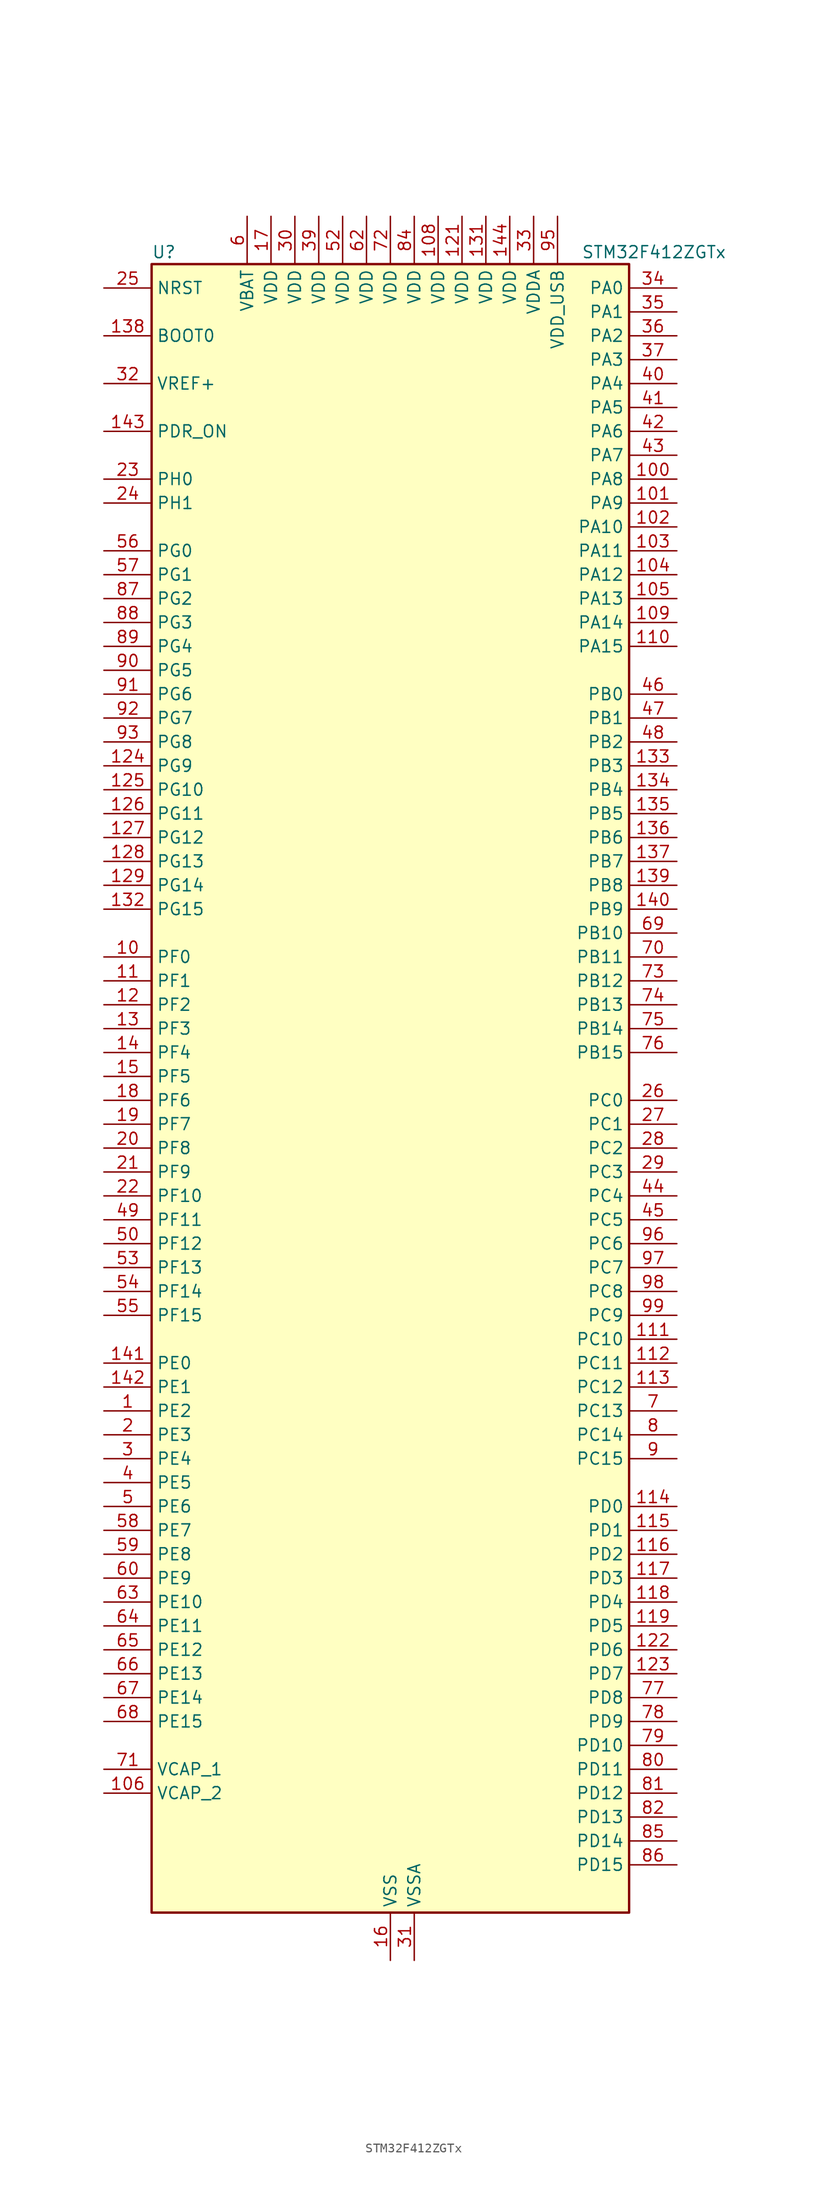
<source format=kicad_sym>
(kicad_symbol_lib
  (version 20231120)
  (generator "kicad_symbol_editor")
  (generator_version "8.0")
  (symbol "STM32F412ZGTx"
    (property "Reference" "U"
      (at -25.4 90.17 0)
      (effects (font (size 1.27 1.27)) (justify left)))
    (property "Value" "STM32F412ZGTx"
      (at 20.32 90.17 0)
      (effects (font (size 1.27 1.27)) (justify left)))
    (property "ki_locked" ""
      (at 0 0 0)
      (effects (font (size 1.27 1.27))))
    (symbol "STM32F412ZGTx_0_1"
      (rectangle (start -25.4 -86.36) (end 25.4 88.9) (stroke (width 0.254) (type default)) (fill (type background))))
    (symbol "STM32F412ZGTx_1_1"
      (pin bidirectional line (at -30.48 -33.02 0) (length 5.08) (name "PE2" (effects (font (size 1.27 1.27)))) (number "1" (effects (font (size 1.27 1.27)))) (alternate "FSMC_A23" bidirectional line) (alternate "I2S4_CK" bidirectional line) (alternate "I2S5_CK" bidirectional line) (alternate "QUADSPI_BK1_IO2" bidirectional line) (alternate "SPI4_SCK" bidirectional line) (alternate "SPI5_SCK" bidirectional line) (alternate "SYS_TRACECLK" bidirectional line))
      (pin bidirectional line (at -30.48 15.24 0) (length 5.08) (name "PF0" (effects (font (size 1.27 1.27)))) (number "10" (effects (font (size 1.27 1.27)))) (alternate "FSMC_A0" bidirectional line) (alternate "I2C2_SDA" bidirectional line))
      (pin bidirectional line (at 30.48 66.04 180) (length 5.08) (name "PA8" (effects (font (size 1.27 1.27)))) (number "100" (effects (font (size 1.27 1.27)))) (alternate "I2C3_SCL" bidirectional line) (alternate "RCC_MCO_1" bidirectional line) (alternate "SDIO_D1" bidirectional line) (alternate "TIM1_CH1" bidirectional line) (alternate "USART1_CK" bidirectional line) (alternate "USB_OTG_FS_SOF" bidirectional line))
      (pin bidirectional line (at 30.48 63.5 180) (length 5.08) (name "PA9" (effects (font (size 1.27 1.27)))) (number "101" (effects (font (size 1.27 1.27)))) (alternate "I2C3_SMBA" bidirectional line) (alternate "SDIO_D2" bidirectional line) (alternate "TIM1_CH2" bidirectional line) (alternate "USART1_TX" bidirectional line) (alternate "USB_OTG_FS_VBUS" bidirectional line))
      (pin bidirectional line (at 30.48 60.96 180) (length 5.08) (name "PA10" (effects (font (size 1.27 1.27)))) (number "102" (effects (font (size 1.27 1.27)))) (alternate "I2S5_SD" bidirectional line) (alternate "SPI5_MOSI" bidirectional line) (alternate "TIM1_CH3" bidirectional line) (alternate "USART1_RX" bidirectional line) (alternate "USB_OTG_FS_ID" bidirectional line))
      (pin bidirectional line (at 30.48 58.42 180) (length 5.08) (name "PA11" (effects (font (size 1.27 1.27)))) (number "103" (effects (font (size 1.27 1.27)))) (alternate "ADC1_EXTI11" bidirectional line) (alternate "CAN1_RX" bidirectional line) (alternate "SPI4_MISO" bidirectional line) (alternate "TIM1_CH4" bidirectional line) (alternate "USART1_CTS" bidirectional line) (alternate "USART6_TX" bidirectional line) (alternate "USB_OTG_FS_DM" bidirectional line))
      (pin bidirectional line (at 30.48 55.88 180) (length 5.08) (name "PA12" (effects (font (size 1.27 1.27)))) (number "104" (effects (font (size 1.27 1.27)))) (alternate "CAN1_TX" bidirectional line) (alternate "SPI5_MISO" bidirectional line) (alternate "TIM1_ETR" bidirectional line) (alternate "USART1_RTS" bidirectional line) (alternate "USART6_RX" bidirectional line) (alternate "USB_OTG_FS_DP" bidirectional line))
      (pin bidirectional line (at 30.48 53.34 180) (length 5.08) (name "PA13" (effects (font (size 1.27 1.27)))) (number "105" (effects (font (size 1.27 1.27)))) (alternate "SYS_JTMS-SWDIO" bidirectional line))
      (pin power_out line (at -30.48 -73.66 0) (length 5.08) (name "VCAP_2" (effects (font (size 1.27 1.27)))) (number "106" (effects (font (size 1.27 1.27)))))
      (pin passive line (at 0 -91.44 90) (length 5.08) hide (name "VSS" (effects (font (size 1.27 1.27)))) (number "107" (effects (font (size 1.27 1.27)))))
      (pin power_in line (at 5.08 93.98 270) (length 5.08) (name "VDD" (effects (font (size 1.27 1.27)))) (number "108" (effects (font (size 1.27 1.27)))))
      (pin bidirectional line (at 30.48 50.8 180) (length 5.08) (name "PA14" (effects (font (size 1.27 1.27)))) (number "109" (effects (font (size 1.27 1.27)))) (alternate "SYS_JTCK-SWCLK" bidirectional line))
      (pin bidirectional line (at -30.48 12.7 0) (length 5.08) (name "PF1" (effects (font (size 1.27 1.27)))) (number "11" (effects (font (size 1.27 1.27)))) (alternate "FSMC_A1" bidirectional line) (alternate "I2C2_SCL" bidirectional line))
      (pin bidirectional line (at 30.48 48.26 180) (length 5.08) (name "PA15" (effects (font (size 1.27 1.27)))) (number "110" (effects (font (size 1.27 1.27)))) (alternate "ADC1_EXTI15" bidirectional line) (alternate "I2S1_WS" bidirectional line) (alternate "I2S3_WS" bidirectional line) (alternate "SPI1_NSS" bidirectional line) (alternate "SPI3_NSS" bidirectional line) (alternate "SYS_JTDI" bidirectional line) (alternate "TIM2_CH1" bidirectional line) (alternate "TIM2_ETR" bidirectional line) (alternate "USART1_TX" bidirectional line))
      (pin bidirectional line (at 30.48 -25.4 180) (length 5.08) (name "PC10" (effects (font (size 1.27 1.27)))) (number "111" (effects (font (size 1.27 1.27)))) (alternate "I2S3_CK" bidirectional line) (alternate "QUADSPI_BK1_IO1" bidirectional line) (alternate "SDIO_D2" bidirectional line) (alternate "SPI3_SCK" bidirectional line) (alternate "USART3_TX" bidirectional line))
      (pin bidirectional line (at 30.48 -27.94 180) (length 5.08) (name "PC11" (effects (font (size 1.27 1.27)))) (number "112" (effects (font (size 1.27 1.27)))) (alternate "ADC1_EXTI11" bidirectional line) (alternate "FSMC_D2" bidirectional line) (alternate "FSMC_DA2" bidirectional line) (alternate "I2S3_ext_SD" bidirectional line) (alternate "QUADSPI_BK2_NCS" bidirectional line) (alternate "SDIO_D3" bidirectional line) (alternate "SPI3_MISO" bidirectional line) (alternate "USART3_RX" bidirectional line))
      (pin bidirectional line (at 30.48 -30.48 180) (length 5.08) (name "PC12" (effects (font (size 1.27 1.27)))) (number "113" (effects (font (size 1.27 1.27)))) (alternate "FSMC_D3" bidirectional line) (alternate "FSMC_DA3" bidirectional line) (alternate "I2S3_SD" bidirectional line) (alternate "SDIO_CK" bidirectional line) (alternate "SPI3_MOSI" bidirectional line) (alternate "USART3_CK" bidirectional line))
      (pin bidirectional line (at 30.48 -43.18 180) (length 5.08) (name "PD0" (effects (font (size 1.27 1.27)))) (number "114" (effects (font (size 1.27 1.27)))) (alternate "CAN1_RX" bidirectional line) (alternate "FSMC_D2" bidirectional line) (alternate "FSMC_DA2" bidirectional line))
      (pin bidirectional line (at 30.48 -45.72 180) (length 5.08) (name "PD1" (effects (font (size 1.27 1.27)))) (number "115" (effects (font (size 1.27 1.27)))) (alternate "CAN1_TX" bidirectional line) (alternate "FSMC_D3" bidirectional line) (alternate "FSMC_DA3" bidirectional line))
      (pin bidirectional line (at 30.48 -48.26 180) (length 5.08) (name "PD2" (effects (font (size 1.27 1.27)))) (number "116" (effects (font (size 1.27 1.27)))) (alternate "FSMC_NWE" bidirectional line) (alternate "SDIO_CMD" bidirectional line) (alternate "TIM3_ETR" bidirectional line))
      (pin bidirectional line (at 30.48 -50.8 180) (length 5.08) (name "PD3" (effects (font (size 1.27 1.27)))) (number "117" (effects (font (size 1.27 1.27)))) (alternate "DFSDM1_DATIN0" bidirectional line) (alternate "FSMC_CLK" bidirectional line) (alternate "I2S2_CK" bidirectional line) (alternate "QUADSPI_CLK" bidirectional line) (alternate "SPI2_SCK" bidirectional line) (alternate "SYS_TRACED1" bidirectional line) (alternate "USART2_CTS" bidirectional line))
      (pin bidirectional line (at 30.48 -53.34 180) (length 5.08) (name "PD4" (effects (font (size 1.27 1.27)))) (number "118" (effects (font (size 1.27 1.27)))) (alternate "DFSDM1_CKIN0" bidirectional line) (alternate "FSMC_NOE" bidirectional line) (alternate "USART2_RTS" bidirectional line))
      (pin bidirectional line (at 30.48 -55.88 180) (length 5.08) (name "PD5" (effects (font (size 1.27 1.27)))) (number "119" (effects (font (size 1.27 1.27)))) (alternate "FSMC_NWE" bidirectional line) (alternate "USART2_TX" bidirectional line))
      (pin bidirectional line (at -30.48 10.16 0) (length 5.08) (name "PF2" (effects (font (size 1.27 1.27)))) (number "12" (effects (font (size 1.27 1.27)))) (alternate "FSMC_A2" bidirectional line) (alternate "I2C2_SMBA" bidirectional line))
      (pin passive line (at 0 -91.44 90) (length 5.08) hide (name "VSS" (effects (font (size 1.27 1.27)))) (number "120" (effects (font (size 1.27 1.27)))))
      (pin power_in line (at 7.62 93.98 270) (length 5.08) (name "VDD" (effects (font (size 1.27 1.27)))) (number "121" (effects (font (size 1.27 1.27)))))
      (pin bidirectional line (at 30.48 -58.42 180) (length 5.08) (name "PD6" (effects (font (size 1.27 1.27)))) (number "122" (effects (font (size 1.27 1.27)))) (alternate "DFSDM1_DATIN1" bidirectional line) (alternate "FSMC_NWAIT" bidirectional line) (alternate "I2S3_SD" bidirectional line) (alternate "SPI3_MOSI" bidirectional line) (alternate "USART2_RX" bidirectional line))
      (pin bidirectional line (at 30.48 -60.96 180) (length 5.08) (name "PD7" (effects (font (size 1.27 1.27)))) (number "123" (effects (font (size 1.27 1.27)))) (alternate "DFSDM1_CKIN1" bidirectional line) (alternate "FSMC_NE1" bidirectional line) (alternate "USART2_CK" bidirectional line))
      (pin bidirectional line (at -30.48 35.56 0) (length 5.08) (name "PG9" (effects (font (size 1.27 1.27)))) (number "124" (effects (font (size 1.27 1.27)))) (alternate "FSMC_NE2" bidirectional line) (alternate "QUADSPI_BK2_IO2" bidirectional line) (alternate "USART6_RX" bidirectional line))
      (pin bidirectional line (at -30.48 33.02 0) (length 5.08) (name "PG10" (effects (font (size 1.27 1.27)))) (number "125" (effects (font (size 1.27 1.27)))) (alternate "FSMC_NE3" bidirectional line))
      (pin bidirectional line (at -30.48 30.48 0) (length 5.08) (name "PG11" (effects (font (size 1.27 1.27)))) (number "126" (effects (font (size 1.27 1.27)))) (alternate "ADC1_EXTI11" bidirectional line) (alternate "CAN2_RX" bidirectional line))
      (pin bidirectional line (at -30.48 27.94 0) (length 5.08) (name "PG12" (effects (font (size 1.27 1.27)))) (number "127" (effects (font (size 1.27 1.27)))) (alternate "CAN2_TX" bidirectional line) (alternate "FSMC_NE4" bidirectional line) (alternate "USART6_RTS" bidirectional line))
      (pin bidirectional line (at -30.48 25.4 0) (length 5.08) (name "PG13" (effects (font (size 1.27 1.27)))) (number "128" (effects (font (size 1.27 1.27)))) (alternate "FSMC_A24" bidirectional line) (alternate "SYS_TRACED2" bidirectional line) (alternate "USART6_CTS" bidirectional line))
      (pin bidirectional line (at -30.48 22.86 0) (length 5.08) (name "PG14" (effects (font (size 1.27 1.27)))) (number "129" (effects (font (size 1.27 1.27)))) (alternate "FSMC_A25" bidirectional line) (alternate "QUADSPI_BK2_IO3" bidirectional line) (alternate "SYS_TRACED3" bidirectional line) (alternate "USART6_TX" bidirectional line))
      (pin bidirectional line (at -30.48 7.62 0) (length 5.08) (name "PF3" (effects (font (size 1.27 1.27)))) (number "13" (effects (font (size 1.27 1.27)))) (alternate "FSMC_A3" bidirectional line) (alternate "TIM5_CH1" bidirectional line))
      (pin passive line (at 0 -91.44 90) (length 5.08) hide (name "VSS" (effects (font (size 1.27 1.27)))) (number "130" (effects (font (size 1.27 1.27)))))
      (pin power_in line (at 10.16 93.98 270) (length 5.08) (name "VDD" (effects (font (size 1.27 1.27)))) (number "131" (effects (font (size 1.27 1.27)))))
      (pin bidirectional line (at -30.48 20.32 0) (length 5.08) (name "PG15" (effects (font (size 1.27 1.27)))) (number "132" (effects (font (size 1.27 1.27)))) (alternate "ADC1_EXTI15" bidirectional line) (alternate "USART6_CTS" bidirectional line))
      (pin bidirectional line (at 30.48 35.56 180) (length 5.08) (name "PB3" (effects (font (size 1.27 1.27)))) (number "133" (effects (font (size 1.27 1.27)))) (alternate "FMPI2C1_SDA" bidirectional line) (alternate "I2C2_SDA" bidirectional line) (alternate "I2S1_CK" bidirectional line) (alternate "I2S3_CK" bidirectional line) (alternate "SPI1_SCK" bidirectional line) (alternate "SPI3_SCK" bidirectional line) (alternate "SYS_JTDO-SWO" bidirectional line) (alternate "TIM2_CH2" bidirectional line) (alternate "USART1_RX" bidirectional line))
      (pin bidirectional line (at 30.48 33.02 180) (length 5.08) (name "PB4" (effects (font (size 1.27 1.27)))) (number "134" (effects (font (size 1.27 1.27)))) (alternate "I2C3_SDA" bidirectional line) (alternate "I2S3_ext_SD" bidirectional line) (alternate "SDIO_D0" bidirectional line) (alternate "SPI1_MISO" bidirectional line) (alternate "SPI3_MISO" bidirectional line) (alternate "SYS_JTRST" bidirectional line) (alternate "TIM3_CH1" bidirectional line))
      (pin bidirectional line (at 30.48 30.48 180) (length 5.08) (name "PB5" (effects (font (size 1.27 1.27)))) (number "135" (effects (font (size 1.27 1.27)))) (alternate "CAN2_RX" bidirectional line) (alternate "I2C1_SMBA" bidirectional line) (alternate "I2S1_SD" bidirectional line) (alternate "I2S3_SD" bidirectional line) (alternate "SDIO_D3" bidirectional line) (alternate "SPI1_MOSI" bidirectional line) (alternate "SPI3_MOSI" bidirectional line) (alternate "TIM3_CH2" bidirectional line))
      (pin bidirectional line (at 30.48 27.94 180) (length 5.08) (name "PB6" (effects (font (size 1.27 1.27)))) (number "136" (effects (font (size 1.27 1.27)))) (alternate "CAN2_TX" bidirectional line) (alternate "I2C1_SCL" bidirectional line) (alternate "QUADSPI_BK1_NCS" bidirectional line) (alternate "SDIO_D0" bidirectional line) (alternate "TIM4_CH1" bidirectional line) (alternate "USART1_TX" bidirectional line))
      (pin bidirectional line (at 30.48 25.4 180) (length 5.08) (name "PB7" (effects (font (size 1.27 1.27)))) (number "137" (effects (font (size 1.27 1.27)))) (alternate "FSMC_NL" bidirectional line) (alternate "I2C1_SDA" bidirectional line) (alternate "TIM4_CH2" bidirectional line) (alternate "USART1_RX" bidirectional line))
      (pin input line (at -30.48 81.28 0) (length 5.08) (name "BOOT0" (effects (font (size 1.27 1.27)))) (number "138" (effects (font (size 1.27 1.27)))))
      (pin bidirectional line (at 30.48 22.86 180) (length 5.08) (name "PB8" (effects (font (size 1.27 1.27)))) (number "139" (effects (font (size 1.27 1.27)))) (alternate "CAN1_RX" bidirectional line) (alternate "I2C1_SCL" bidirectional line) (alternate "I2C3_SDA" bidirectional line) (alternate "I2S5_SD" bidirectional line) (alternate "SDIO_D4" bidirectional line) (alternate "SPI5_MOSI" bidirectional line) (alternate "TIM10_CH1" bidirectional line) (alternate "TIM4_CH3" bidirectional line))
      (pin bidirectional line (at -30.48 5.08 0) (length 5.08) (name "PF4" (effects (font (size 1.27 1.27)))) (number "14" (effects (font (size 1.27 1.27)))) (alternate "FSMC_A4" bidirectional line) (alternate "TIM5_CH2" bidirectional line))
      (pin bidirectional line (at 30.48 20.32 180) (length 5.08) (name "PB9" (effects (font (size 1.27 1.27)))) (number "140" (effects (font (size 1.27 1.27)))) (alternate "CAN1_TX" bidirectional line) (alternate "I2C1_SDA" bidirectional line) (alternate "I2C2_SDA" bidirectional line) (alternate "I2S2_WS" bidirectional line) (alternate "SDIO_D5" bidirectional line) (alternate "SPI2_NSS" bidirectional line) (alternate "TIM11_CH1" bidirectional line) (alternate "TIM4_CH4" bidirectional line))
      (pin bidirectional line (at -30.48 -27.94 0) (length 5.08) (name "PE0" (effects (font (size 1.27 1.27)))) (number "141" (effects (font (size 1.27 1.27)))) (alternate "FSMC_NBL0" bidirectional line) (alternate "TIM4_ETR" bidirectional line))
      (pin bidirectional line (at -30.48 -30.48 0) (length 5.08) (name "PE1" (effects (font (size 1.27 1.27)))) (number "142" (effects (font (size 1.27 1.27)))) (alternate "FSMC_NBL1" bidirectional line))
      (pin input line (at -30.48 71.12 0) (length 5.08) (name "PDR_ON" (effects (font (size 1.27 1.27)))) (number "143" (effects (font (size 1.27 1.27)))))
      (pin power_in line (at 12.7 93.98 270) (length 5.08) (name "VDD" (effects (font (size 1.27 1.27)))) (number "144" (effects (font (size 1.27 1.27)))))
      (pin bidirectional line (at -30.48 2.54 0) (length 5.08) (name "PF5" (effects (font (size 1.27 1.27)))) (number "15" (effects (font (size 1.27 1.27)))) (alternate "FSMC_A5" bidirectional line) (alternate "TIM5_CH3" bidirectional line))
      (pin power_in line (at 0 -91.44 90) (length 5.08) (name "VSS" (effects (font (size 1.27 1.27)))) (number "16" (effects (font (size 1.27 1.27)))))
      (pin power_in line (at -12.7 93.98 270) (length 5.08) (name "VDD" (effects (font (size 1.27 1.27)))) (number "17" (effects (font (size 1.27 1.27)))))
      (pin bidirectional line (at -30.48 0 0) (length 5.08) (name "PF6" (effects (font (size 1.27 1.27)))) (number "18" (effects (font (size 1.27 1.27)))) (alternate "QUADSPI_BK1_IO3" bidirectional line) (alternate "SYS_TRACED0" bidirectional line) (alternate "TIM10_CH1" bidirectional line))
      (pin bidirectional line (at -30.48 -2.54 0) (length 5.08) (name "PF7" (effects (font (size 1.27 1.27)))) (number "19" (effects (font (size 1.27 1.27)))) (alternate "QUADSPI_BK1_IO2" bidirectional line) (alternate "SYS_TRACED1" bidirectional line) (alternate "TIM11_CH1" bidirectional line))
      (pin bidirectional line (at -30.48 -35.56 0) (length 5.08) (name "PE3" (effects (font (size 1.27 1.27)))) (number "2" (effects (font (size 1.27 1.27)))) (alternate "FSMC_A19" bidirectional line) (alternate "SYS_TRACED0" bidirectional line))
      (pin bidirectional line (at -30.48 -5.08 0) (length 5.08) (name "PF8" (effects (font (size 1.27 1.27)))) (number "20" (effects (font (size 1.27 1.27)))) (alternate "QUADSPI_BK1_IO0" bidirectional line) (alternate "TIM13_CH1" bidirectional line))
      (pin bidirectional line (at -30.48 -7.62 0) (length 5.08) (name "PF9" (effects (font (size 1.27 1.27)))) (number "21" (effects (font (size 1.27 1.27)))) (alternate "QUADSPI_BK1_IO1" bidirectional line) (alternate "TIM14_CH1" bidirectional line))
      (pin bidirectional line (at -30.48 -10.16 0) (length 5.08) (name "PF10" (effects (font (size 1.27 1.27)))) (number "22" (effects (font (size 1.27 1.27)))) (alternate "TIM1_ETR" bidirectional line) (alternate "TIM5_CH4" bidirectional line))
      (pin bidirectional line (at -30.48 66.04 0) (length 5.08) (name "PH0" (effects (font (size 1.27 1.27)))) (number "23" (effects (font (size 1.27 1.27)))) (alternate "RCC_OSC_IN" bidirectional line))
      (pin bidirectional line (at -30.48 63.5 0) (length 5.08) (name "PH1" (effects (font (size 1.27 1.27)))) (number "24" (effects (font (size 1.27 1.27)))) (alternate "RCC_OSC_OUT" bidirectional line))
      (pin input line (at -30.48 86.36 0) (length 5.08) (name "NRST" (effects (font (size 1.27 1.27)))) (number "25" (effects (font (size 1.27 1.27)))))
      (pin bidirectional line (at 30.48 0 180) (length 5.08) (name "PC0" (effects (font (size 1.27 1.27)))) (number "26" (effects (font (size 1.27 1.27)))) (alternate "ADC1_IN10" bidirectional line) (alternate "SYS_WKUP2" bidirectional line))
      (pin bidirectional line (at 30.48 -2.54 180) (length 5.08) (name "PC1" (effects (font (size 1.27 1.27)))) (number "27" (effects (font (size 1.27 1.27)))) (alternate "ADC1_IN11" bidirectional line) (alternate "SYS_WKUP3" bidirectional line))
      (pin bidirectional line (at 30.48 -5.08 180) (length 5.08) (name "PC2" (effects (font (size 1.27 1.27)))) (number "28" (effects (font (size 1.27 1.27)))) (alternate "ADC1_IN12" bidirectional line) (alternate "DFSDM1_CKOUT" bidirectional line) (alternate "FSMC_NWE" bidirectional line) (alternate "I2S2_ext_SD" bidirectional line) (alternate "SPI2_MISO" bidirectional line))
      (pin bidirectional line (at 30.48 -7.62 180) (length 5.08) (name "PC3" (effects (font (size 1.27 1.27)))) (number "29" (effects (font (size 1.27 1.27)))) (alternate "ADC1_IN13" bidirectional line) (alternate "FSMC_A0" bidirectional line) (alternate "I2S2_SD" bidirectional line) (alternate "SPI2_MOSI" bidirectional line))
      (pin bidirectional line (at -30.48 -38.1 0) (length 5.08) (name "PE4" (effects (font (size 1.27 1.27)))) (number "3" (effects (font (size 1.27 1.27)))) (alternate "DFSDM1_DATIN3" bidirectional line) (alternate "FSMC_A20" bidirectional line) (alternate "I2S4_WS" bidirectional line) (alternate "I2S5_WS" bidirectional line) (alternate "SPI4_NSS" bidirectional line) (alternate "SPI5_NSS" bidirectional line) (alternate "SYS_TRACED1" bidirectional line))
      (pin power_in line (at -10.16 93.98 270) (length 5.08) (name "VDD" (effects (font (size 1.27 1.27)))) (number "30" (effects (font (size 1.27 1.27)))))
      (pin power_in line (at 2.54 -91.44 90) (length 5.08) (name "VSSA" (effects (font (size 1.27 1.27)))) (number "31" (effects (font (size 1.27 1.27)))))
      (pin input line (at -30.48 76.2 0) (length 5.08) (name "VREF+" (effects (font (size 1.27 1.27)))) (number "32" (effects (font (size 1.27 1.27)))))
      (pin power_in line (at 15.24 93.98 270) (length 5.08) (name "VDDA" (effects (font (size 1.27 1.27)))) (number "33" (effects (font (size 1.27 1.27)))))
      (pin bidirectional line (at 30.48 86.36 180) (length 5.08) (name "PA0" (effects (font (size 1.27 1.27)))) (number "34" (effects (font (size 1.27 1.27)))) (alternate "ADC1_IN0" bidirectional line) (alternate "SYS_WKUP1" bidirectional line) (alternate "TIM2_CH1" bidirectional line) (alternate "TIM2_ETR" bidirectional line) (alternate "TIM5_CH1" bidirectional line) (alternate "TIM8_ETR" bidirectional line) (alternate "USART2_CTS" bidirectional line))
      (pin bidirectional line (at 30.48 83.82 180) (length 5.08) (name "PA1" (effects (font (size 1.27 1.27)))) (number "35" (effects (font (size 1.27 1.27)))) (alternate "ADC1_IN1" bidirectional line) (alternate "I2S4_SD" bidirectional line) (alternate "QUADSPI_BK1_IO3" bidirectional line) (alternate "SPI4_MOSI" bidirectional line) (alternate "TIM2_CH2" bidirectional line) (alternate "TIM5_CH2" bidirectional line) (alternate "USART2_RTS" bidirectional line))
      (pin bidirectional line (at 30.48 81.28 180) (length 5.08) (name "PA2" (effects (font (size 1.27 1.27)))) (number "36" (effects (font (size 1.27 1.27)))) (alternate "ADC1_IN2" bidirectional line) (alternate "FSMC_D4" bidirectional line) (alternate "FSMC_DA4" bidirectional line) (alternate "I2S_CKIN" bidirectional line) (alternate "TIM2_CH3" bidirectional line) (alternate "TIM5_CH3" bidirectional line) (alternate "TIM9_CH1" bidirectional line) (alternate "USART2_TX" bidirectional line))
      (pin bidirectional line (at 30.48 78.74 180) (length 5.08) (name "PA3" (effects (font (size 1.27 1.27)))) (number "37" (effects (font (size 1.27 1.27)))) (alternate "ADC1_IN3" bidirectional line) (alternate "FSMC_D5" bidirectional line) (alternate "FSMC_DA5" bidirectional line) (alternate "I2S2_MCK" bidirectional line) (alternate "TIM2_CH4" bidirectional line) (alternate "TIM5_CH4" bidirectional line) (alternate "TIM9_CH2" bidirectional line) (alternate "USART2_RX" bidirectional line))
      (pin passive line (at 0 -91.44 90) (length 5.08) hide (name "VSS" (effects (font (size 1.27 1.27)))) (number "38" (effects (font (size 1.27 1.27)))))
      (pin power_in line (at -7.62 93.98 270) (length 5.08) (name "VDD" (effects (font (size 1.27 1.27)))) (number "39" (effects (font (size 1.27 1.27)))))
      (pin bidirectional line (at -30.48 -40.64 0) (length 5.08) (name "PE5" (effects (font (size 1.27 1.27)))) (number "4" (effects (font (size 1.27 1.27)))) (alternate "DFSDM1_CKIN3" bidirectional line) (alternate "FSMC_A21" bidirectional line) (alternate "SPI4_MISO" bidirectional line) (alternate "SPI5_MISO" bidirectional line) (alternate "SYS_TRACED2" bidirectional line) (alternate "TIM9_CH1" bidirectional line))
      (pin bidirectional line (at 30.48 76.2 180) (length 5.08) (name "PA4" (effects (font (size 1.27 1.27)))) (number "40" (effects (font (size 1.27 1.27)))) (alternate "ADC1_IN4" bidirectional line) (alternate "DFSDM1_DATIN1" bidirectional line) (alternate "FSMC_D6" bidirectional line) (alternate "FSMC_DA6" bidirectional line) (alternate "I2S1_WS" bidirectional line) (alternate "I2S3_WS" bidirectional line) (alternate "SPI1_NSS" bidirectional line) (alternate "SPI3_NSS" bidirectional line) (alternate "USART2_CK" bidirectional line))
      (pin bidirectional line (at 30.48 73.66 180) (length 5.08) (name "PA5" (effects (font (size 1.27 1.27)))) (number "41" (effects (font (size 1.27 1.27)))) (alternate "ADC1_IN5" bidirectional line) (alternate "DFSDM1_CKIN1" bidirectional line) (alternate "FSMC_D7" bidirectional line) (alternate "FSMC_DA7" bidirectional line) (alternate "I2S1_CK" bidirectional line) (alternate "SPI1_SCK" bidirectional line) (alternate "TIM2_CH1" bidirectional line) (alternate "TIM2_ETR" bidirectional line) (alternate "TIM8_CH1N" bidirectional line))
      (pin bidirectional line (at 30.48 71.12 180) (length 5.08) (name "PA6" (effects (font (size 1.27 1.27)))) (number "42" (effects (font (size 1.27 1.27)))) (alternate "ADC1_IN6" bidirectional line) (alternate "I2S2_MCK" bidirectional line) (alternate "QUADSPI_BK2_IO0" bidirectional line) (alternate "SDIO_CMD" bidirectional line) (alternate "SPI1_MISO" bidirectional line) (alternate "TIM13_CH1" bidirectional line) (alternate "TIM1_BKIN" bidirectional line) (alternate "TIM3_CH1" bidirectional line) (alternate "TIM8_BKIN" bidirectional line))
      (pin bidirectional line (at 30.48 68.58 180) (length 5.08) (name "PA7" (effects (font (size 1.27 1.27)))) (number "43" (effects (font (size 1.27 1.27)))) (alternate "ADC1_IN7" bidirectional line) (alternate "I2S1_SD" bidirectional line) (alternate "QUADSPI_BK2_IO1" bidirectional line) (alternate "SPI1_MOSI" bidirectional line) (alternate "TIM14_CH1" bidirectional line) (alternate "TIM1_CH1N" bidirectional line) (alternate "TIM3_CH2" bidirectional line) (alternate "TIM8_CH1N" bidirectional line))
      (pin bidirectional line (at 30.48 -10.16 180) (length 5.08) (name "PC4" (effects (font (size 1.27 1.27)))) (number "44" (effects (font (size 1.27 1.27)))) (alternate "ADC1_IN14" bidirectional line) (alternate "FSMC_NE4" bidirectional line) (alternate "I2S1_MCK" bidirectional line) (alternate "QUADSPI_BK2_IO2" bidirectional line))
      (pin bidirectional line (at 30.48 -12.7 180) (length 5.08) (name "PC5" (effects (font (size 1.27 1.27)))) (number "45" (effects (font (size 1.27 1.27)))) (alternate "ADC1_IN15" bidirectional line) (alternate "FMPI2C1_SMBA" bidirectional line) (alternate "FSMC_NOE" bidirectional line) (alternate "QUADSPI_BK2_IO3" bidirectional line) (alternate "USART3_RX" bidirectional line))
      (pin bidirectional line (at 30.48 43.18 180) (length 5.08) (name "PB0" (effects (font (size 1.27 1.27)))) (number "46" (effects (font (size 1.27 1.27)))) (alternate "ADC1_IN8" bidirectional line) (alternate "I2S5_CK" bidirectional line) (alternate "SPI5_SCK" bidirectional line) (alternate "TIM1_CH2N" bidirectional line) (alternate "TIM3_CH3" bidirectional line) (alternate "TIM8_CH2N" bidirectional line))
      (pin bidirectional line (at 30.48 40.64 180) (length 5.08) (name "PB1" (effects (font (size 1.27 1.27)))) (number "47" (effects (font (size 1.27 1.27)))) (alternate "ADC1_IN9" bidirectional line) (alternate "DFSDM1_DATIN0" bidirectional line) (alternate "I2S5_WS" bidirectional line) (alternate "QUADSPI_CLK" bidirectional line) (alternate "SPI5_NSS" bidirectional line) (alternate "TIM1_CH3N" bidirectional line) (alternate "TIM3_CH4" bidirectional line) (alternate "TIM8_CH3N" bidirectional line))
      (pin bidirectional line (at 30.48 38.1 180) (length 5.08) (name "PB2" (effects (font (size 1.27 1.27)))) (number "48" (effects (font (size 1.27 1.27)))) (alternate "DFSDM1_CKIN0" bidirectional line) (alternate "QUADSPI_CLK" bidirectional line))
      (pin bidirectional line (at -30.48 -12.7 0) (length 5.08) (name "PF11" (effects (font (size 1.27 1.27)))) (number "49" (effects (font (size 1.27 1.27)))) (alternate "ADC1_EXTI11" bidirectional line) (alternate "TIM8_ETR" bidirectional line))
      (pin bidirectional line (at -30.48 -43.18 0) (length 5.08) (name "PE6" (effects (font (size 1.27 1.27)))) (number "5" (effects (font (size 1.27 1.27)))) (alternate "FSMC_A22" bidirectional line) (alternate "I2S4_SD" bidirectional line) (alternate "I2S5_SD" bidirectional line) (alternate "SPI4_MOSI" bidirectional line) (alternate "SPI5_MOSI" bidirectional line) (alternate "SYS_TRACED3" bidirectional line) (alternate "TIM9_CH2" bidirectional line))
      (pin bidirectional line (at -30.48 -15.24 0) (length 5.08) (name "PF12" (effects (font (size 1.27 1.27)))) (number "50" (effects (font (size 1.27 1.27)))) (alternate "FSMC_A6" bidirectional line) (alternate "TIM8_BKIN" bidirectional line))
      (pin passive line (at 0 -91.44 90) (length 5.08) hide (name "VSS" (effects (font (size 1.27 1.27)))) (number "51" (effects (font (size 1.27 1.27)))))
      (pin power_in line (at -5.08 93.98 270) (length 5.08) (name "VDD" (effects (font (size 1.27 1.27)))) (number "52" (effects (font (size 1.27 1.27)))))
      (pin bidirectional line (at -30.48 -17.78 0) (length 5.08) (name "PF13" (effects (font (size 1.27 1.27)))) (number "53" (effects (font (size 1.27 1.27)))) (alternate "FMPI2C1_SMBA" bidirectional line) (alternate "FSMC_A7" bidirectional line))
      (pin bidirectional line (at -30.48 -20.32 0) (length 5.08) (name "PF14" (effects (font (size 1.27 1.27)))) (number "54" (effects (font (size 1.27 1.27)))) (alternate "FMPI2C1_SCL" bidirectional line) (alternate "FSMC_A8" bidirectional line))
      (pin bidirectional line (at -30.48 -22.86 0) (length 5.08) (name "PF15" (effects (font (size 1.27 1.27)))) (number "55" (effects (font (size 1.27 1.27)))) (alternate "ADC1_EXTI15" bidirectional line) (alternate "FMPI2C1_SDA" bidirectional line) (alternate "FSMC_A9" bidirectional line))
      (pin bidirectional line (at -30.48 58.42 0) (length 5.08) (name "PG0" (effects (font (size 1.27 1.27)))) (number "56" (effects (font (size 1.27 1.27)))) (alternate "CAN1_RX" bidirectional line) (alternate "FSMC_A10" bidirectional line))
      (pin bidirectional line (at -30.48 55.88 0) (length 5.08) (name "PG1" (effects (font (size 1.27 1.27)))) (number "57" (effects (font (size 1.27 1.27)))) (alternate "CAN1_TX" bidirectional line) (alternate "FSMC_A11" bidirectional line))
      (pin bidirectional line (at -30.48 -45.72 0) (length 5.08) (name "PE7" (effects (font (size 1.27 1.27)))) (number "58" (effects (font (size 1.27 1.27)))) (alternate "DFSDM1_DATIN2" bidirectional line) (alternate "FSMC_D4" bidirectional line) (alternate "FSMC_DA4" bidirectional line) (alternate "QUADSPI_BK2_IO0" bidirectional line) (alternate "TIM1_ETR" bidirectional line))
      (pin bidirectional line (at -30.48 -48.26 0) (length 5.08) (name "PE8" (effects (font (size 1.27 1.27)))) (number "59" (effects (font (size 1.27 1.27)))) (alternate "DFSDM1_CKIN2" bidirectional line) (alternate "FSMC_D5" bidirectional line) (alternate "FSMC_DA5" bidirectional line) (alternate "QUADSPI_BK2_IO1" bidirectional line) (alternate "TIM1_CH1N" bidirectional line))
      (pin power_in line (at -15.24 93.98 270) (length 5.08) (name "VBAT" (effects (font (size 1.27 1.27)))) (number "6" (effects (font (size 1.27 1.27)))))
      (pin bidirectional line (at -30.48 -50.8 0) (length 5.08) (name "PE9" (effects (font (size 1.27 1.27)))) (number "60" (effects (font (size 1.27 1.27)))) (alternate "DFSDM1_CKOUT" bidirectional line) (alternate "FSMC_D6" bidirectional line) (alternate "FSMC_DA6" bidirectional line) (alternate "QUADSPI_BK2_IO2" bidirectional line) (alternate "TIM1_CH1" bidirectional line))
      (pin passive line (at 0 -91.44 90) (length 5.08) hide (name "VSS" (effects (font (size 1.27 1.27)))) (number "61" (effects (font (size 1.27 1.27)))))
      (pin power_in line (at -2.54 93.98 270) (length 5.08) (name "VDD" (effects (font (size 1.27 1.27)))) (number "62" (effects (font (size 1.27 1.27)))))
      (pin bidirectional line (at -30.48 -53.34 0) (length 5.08) (name "PE10" (effects (font (size 1.27 1.27)))) (number "63" (effects (font (size 1.27 1.27)))) (alternate "FSMC_D7" bidirectional line) (alternate "FSMC_DA7" bidirectional line) (alternate "QUADSPI_BK2_IO3" bidirectional line) (alternate "TIM1_CH2N" bidirectional line))
      (pin bidirectional line (at -30.48 -55.88 0) (length 5.08) (name "PE11" (effects (font (size 1.27 1.27)))) (number "64" (effects (font (size 1.27 1.27)))) (alternate "ADC1_EXTI11" bidirectional line) (alternate "FSMC_D8" bidirectional line) (alternate "FSMC_DA8" bidirectional line) (alternate "I2S4_WS" bidirectional line) (alternate "I2S5_WS" bidirectional line) (alternate "SPI4_NSS" bidirectional line) (alternate "SPI5_NSS" bidirectional line) (alternate "TIM1_CH2" bidirectional line))
      (pin bidirectional line (at -30.48 -58.42 0) (length 5.08) (name "PE12" (effects (font (size 1.27 1.27)))) (number "65" (effects (font (size 1.27 1.27)))) (alternate "FSMC_D9" bidirectional line) (alternate "FSMC_DA9" bidirectional line) (alternate "I2S4_CK" bidirectional line) (alternate "I2S5_CK" bidirectional line) (alternate "SPI4_SCK" bidirectional line) (alternate "SPI5_SCK" bidirectional line) (alternate "TIM1_CH3N" bidirectional line))
      (pin bidirectional line (at -30.48 -60.96 0) (length 5.08) (name "PE13" (effects (font (size 1.27 1.27)))) (number "66" (effects (font (size 1.27 1.27)))) (alternate "FSMC_D10" bidirectional line) (alternate "FSMC_DA10" bidirectional line) (alternate "SPI4_MISO" bidirectional line) (alternate "SPI5_MISO" bidirectional line) (alternate "TIM1_CH3" bidirectional line))
      (pin bidirectional line (at -30.48 -63.5 0) (length 5.08) (name "PE14" (effects (font (size 1.27 1.27)))) (number "67" (effects (font (size 1.27 1.27)))) (alternate "FSMC_D11" bidirectional line) (alternate "FSMC_DA11" bidirectional line) (alternate "I2S4_SD" bidirectional line) (alternate "I2S5_SD" bidirectional line) (alternate "SPI4_MOSI" bidirectional line) (alternate "SPI5_MOSI" bidirectional line) (alternate "TIM1_CH4" bidirectional line))
      (pin bidirectional line (at -30.48 -66.04 0) (length 5.08) (name "PE15" (effects (font (size 1.27 1.27)))) (number "68" (effects (font (size 1.27 1.27)))) (alternate "ADC1_EXTI15" bidirectional line) (alternate "FSMC_D12" bidirectional line) (alternate "FSMC_DA12" bidirectional line) (alternate "TIM1_BKIN" bidirectional line))
      (pin bidirectional line (at 30.48 17.78 180) (length 5.08) (name "PB10" (effects (font (size 1.27 1.27)))) (number "69" (effects (font (size 1.27 1.27)))) (alternate "FMPI2C1_SCL" bidirectional line) (alternate "I2C2_SCL" bidirectional line) (alternate "I2S2_CK" bidirectional line) (alternate "I2S3_MCK" bidirectional line) (alternate "SDIO_D7" bidirectional line) (alternate "SPI2_SCK" bidirectional line) (alternate "TIM2_CH3" bidirectional line) (alternate "USART3_TX" bidirectional line))
      (pin bidirectional line (at 30.48 -33.02 180) (length 5.08) (name "PC13" (effects (font (size 1.27 1.27)))) (number "7" (effects (font (size 1.27 1.27)))) (alternate "RTC_AF1" bidirectional line))
      (pin bidirectional line (at 30.48 15.24 180) (length 5.08) (name "PB11" (effects (font (size 1.27 1.27)))) (number "70" (effects (font (size 1.27 1.27)))) (alternate "ADC1_EXTI11" bidirectional line) (alternate "I2C2_SDA" bidirectional line) (alternate "I2S_CKIN" bidirectional line) (alternate "TIM2_CH4" bidirectional line) (alternate "USART3_RX" bidirectional line))
      (pin power_out line (at -30.48 -71.12 0) (length 5.08) (name "VCAP_1" (effects (font (size 1.27 1.27)))) (number "71" (effects (font (size 1.27 1.27)))))
      (pin power_in line (at 0 93.98 270) (length 5.08) (name "VDD" (effects (font (size 1.27 1.27)))) (number "72" (effects (font (size 1.27 1.27)))))
      (pin bidirectional line (at 30.48 12.7 180) (length 5.08) (name "PB12" (effects (font (size 1.27 1.27)))) (number "73" (effects (font (size 1.27 1.27)))) (alternate "CAN2_RX" bidirectional line) (alternate "DFSDM1_DATIN1" bidirectional line) (alternate "FSMC_D13" bidirectional line) (alternate "FSMC_DA13" bidirectional line) (alternate "I2C2_SMBA" bidirectional line) (alternate "I2S2_WS" bidirectional line) (alternate "I2S3_CK" bidirectional line) (alternate "I2S4_WS" bidirectional line) (alternate "SPI2_NSS" bidirectional line) (alternate "SPI3_SCK" bidirectional line) (alternate "SPI4_NSS" bidirectional line) (alternate "TIM1_BKIN" bidirectional line) (alternate "USART3_CK" bidirectional line))
      (pin bidirectional line (at 30.48 10.16 180) (length 5.08) (name "PB13" (effects (font (size 1.27 1.27)))) (number "74" (effects (font (size 1.27 1.27)))) (alternate "CAN2_TX" bidirectional line) (alternate "DFSDM1_CKIN1" bidirectional line) (alternate "FMPI2C1_SMBA" bidirectional line) (alternate "I2S2_CK" bidirectional line) (alternate "I2S4_CK" bidirectional line) (alternate "SPI2_SCK" bidirectional line) (alternate "SPI4_SCK" bidirectional line) (alternate "TIM1_CH1N" bidirectional line) (alternate "USART3_CTS" bidirectional line))
      (pin bidirectional line (at 30.48 7.62 180) (length 5.08) (name "PB14" (effects (font (size 1.27 1.27)))) (number "75" (effects (font (size 1.27 1.27)))) (alternate "DFSDM1_DATIN2" bidirectional line) (alternate "FMPI2C1_SDA" bidirectional line) (alternate "FSMC_D0" bidirectional line) (alternate "FSMC_DA0" bidirectional line) (alternate "I2S2_ext_SD" bidirectional line) (alternate "SDIO_D6" bidirectional line) (alternate "SPI2_MISO" bidirectional line) (alternate "TIM12_CH1" bidirectional line) (alternate "TIM1_CH2N" bidirectional line) (alternate "TIM8_CH2N" bidirectional line) (alternate "USART3_RTS" bidirectional line))
      (pin bidirectional line (at 30.48 5.08 180) (length 5.08) (name "PB15" (effects (font (size 1.27 1.27)))) (number "76" (effects (font (size 1.27 1.27)))) (alternate "ADC1_EXTI15" bidirectional line) (alternate "DFSDM1_CKIN2" bidirectional line) (alternate "FMPI2C1_SCL" bidirectional line) (alternate "I2S2_SD" bidirectional line) (alternate "RTC_REFIN" bidirectional line) (alternate "SDIO_CK" bidirectional line) (alternate "SPI2_MOSI" bidirectional line) (alternate "TIM12_CH2" bidirectional line) (alternate "TIM1_CH3N" bidirectional line) (alternate "TIM8_CH3N" bidirectional line))
      (pin bidirectional line (at 30.48 -63.5 180) (length 5.08) (name "PD8" (effects (font (size 1.27 1.27)))) (number "77" (effects (font (size 1.27 1.27)))) (alternate "FSMC_D13" bidirectional line) (alternate "FSMC_DA13" bidirectional line) (alternate "USART3_TX" bidirectional line))
      (pin bidirectional line (at 30.48 -66.04 180) (length 5.08) (name "PD9" (effects (font (size 1.27 1.27)))) (number "78" (effects (font (size 1.27 1.27)))) (alternate "FSMC_D14" bidirectional line) (alternate "FSMC_DA14" bidirectional line) (alternate "USART3_RX" bidirectional line))
      (pin bidirectional line (at 30.48 -68.58 180) (length 5.08) (name "PD10" (effects (font (size 1.27 1.27)))) (number "79" (effects (font (size 1.27 1.27)))) (alternate "FSMC_D15" bidirectional line) (alternate "FSMC_DA15" bidirectional line) (alternate "USART3_CK" bidirectional line))
      (pin bidirectional line (at 30.48 -35.56 180) (length 5.08) (name "PC14" (effects (font (size 1.27 1.27)))) (number "8" (effects (font (size 1.27 1.27)))) (alternate "RCC_OSC32_IN" bidirectional line))
      (pin bidirectional line (at 30.48 -71.12 180) (length 5.08) (name "PD11" (effects (font (size 1.27 1.27)))) (number "80" (effects (font (size 1.27 1.27)))) (alternate "ADC1_EXTI11" bidirectional line) (alternate "FMPI2C1_SMBA" bidirectional line) (alternate "FSMC_A16" bidirectional line) (alternate "QUADSPI_BK1_IO0" bidirectional line) (alternate "USART3_CTS" bidirectional line))
      (pin bidirectional line (at 30.48 -73.66 180) (length 5.08) (name "PD12" (effects (font (size 1.27 1.27)))) (number "81" (effects (font (size 1.27 1.27)))) (alternate "FMPI2C1_SCL" bidirectional line) (alternate "FSMC_A17" bidirectional line) (alternate "QUADSPI_BK1_IO1" bidirectional line) (alternate "TIM4_CH1" bidirectional line) (alternate "USART3_RTS" bidirectional line))
      (pin bidirectional line (at 30.48 -76.2 180) (length 5.08) (name "PD13" (effects (font (size 1.27 1.27)))) (number "82" (effects (font (size 1.27 1.27)))) (alternate "FMPI2C1_SDA" bidirectional line) (alternate "FSMC_A18" bidirectional line) (alternate "QUADSPI_BK1_IO3" bidirectional line) (alternate "TIM4_CH2" bidirectional line))
      (pin passive line (at 0 -91.44 90) (length 5.08) hide (name "VSS" (effects (font (size 1.27 1.27)))) (number "83" (effects (font (size 1.27 1.27)))))
      (pin power_in line (at 2.54 93.98 270) (length 5.08) (name "VDD" (effects (font (size 1.27 1.27)))) (number "84" (effects (font (size 1.27 1.27)))))
      (pin bidirectional line (at 30.48 -78.74 180) (length 5.08) (name "PD14" (effects (font (size 1.27 1.27)))) (number "85" (effects (font (size 1.27 1.27)))) (alternate "FMPI2C1_SCL" bidirectional line) (alternate "FSMC_D0" bidirectional line) (alternate "FSMC_DA0" bidirectional line) (alternate "TIM4_CH3" bidirectional line))
      (pin bidirectional line (at 30.48 -81.28 180) (length 5.08) (name "PD15" (effects (font (size 1.27 1.27)))) (number "86" (effects (font (size 1.27 1.27)))) (alternate "ADC1_EXTI15" bidirectional line) (alternate "FMPI2C1_SDA" bidirectional line) (alternate "FSMC_D1" bidirectional line) (alternate "FSMC_DA1" bidirectional line) (alternate "TIM4_CH4" bidirectional line))
      (pin bidirectional line (at -30.48 53.34 0) (length 5.08) (name "PG2" (effects (font (size 1.27 1.27)))) (number "87" (effects (font (size 1.27 1.27)))) (alternate "FSMC_A12" bidirectional line))
      (pin bidirectional line (at -30.48 50.8 0) (length 5.08) (name "PG3" (effects (font (size 1.27 1.27)))) (number "88" (effects (font (size 1.27 1.27)))) (alternate "FSMC_A13" bidirectional line))
      (pin bidirectional line (at -30.48 48.26 0) (length 5.08) (name "PG4" (effects (font (size 1.27 1.27)))) (number "89" (effects (font (size 1.27 1.27)))) (alternate "FSMC_A14" bidirectional line))
      (pin bidirectional line (at 30.48 -38.1 180) (length 5.08) (name "PC15" (effects (font (size 1.27 1.27)))) (number "9" (effects (font (size 1.27 1.27)))) (alternate "ADC1_EXTI15" bidirectional line) (alternate "RCC_OSC32_OUT" bidirectional line))
      (pin bidirectional line (at -30.48 45.72 0) (length 5.08) (name "PG5" (effects (font (size 1.27 1.27)))) (number "90" (effects (font (size 1.27 1.27)))) (alternate "FSMC_A15" bidirectional line))
      (pin bidirectional line (at -30.48 43.18 0) (length 5.08) (name "PG6" (effects (font (size 1.27 1.27)))) (number "91" (effects (font (size 1.27 1.27)))) (alternate "QUADSPI_BK1_NCS" bidirectional line))
      (pin bidirectional line (at -30.48 40.64 0) (length 5.08) (name "PG7" (effects (font (size 1.27 1.27)))) (number "92" (effects (font (size 1.27 1.27)))) (alternate "USART6_CK" bidirectional line))
      (pin bidirectional line (at -30.48 38.1 0) (length 5.08) (name "PG8" (effects (font (size 1.27 1.27)))) (number "93" (effects (font (size 1.27 1.27)))) (alternate "USART6_RTS" bidirectional line))
      (pin passive line (at 0 -91.44 90) (length 5.08) hide (name "VSS" (effects (font (size 1.27 1.27)))) (number "94" (effects (font (size 1.27 1.27)))))
      (pin power_in line (at 17.78 93.98 270) (length 5.08) (name "VDD_USB" (effects (font (size 1.27 1.27)))) (number "95" (effects (font (size 1.27 1.27)))))
      (pin bidirectional line (at 30.48 -15.24 180) (length 5.08) (name "PC6" (effects (font (size 1.27 1.27)))) (number "96" (effects (font (size 1.27 1.27)))) (alternate "DFSDM1_CKIN3" bidirectional line) (alternate "FMPI2C1_SCL" bidirectional line) (alternate "FSMC_D1" bidirectional line) (alternate "FSMC_DA1" bidirectional line) (alternate "I2S2_MCK" bidirectional line) (alternate "SDIO_D6" bidirectional line) (alternate "TIM3_CH1" bidirectional line) (alternate "TIM8_CH1" bidirectional line) (alternate "USART6_TX" bidirectional line))
      (pin bidirectional line (at 30.48 -17.78 180) (length 5.08) (name "PC7" (effects (font (size 1.27 1.27)))) (number "97" (effects (font (size 1.27 1.27)))) (alternate "DFSDM1_DATIN3" bidirectional line) (alternate "FMPI2C1_SDA" bidirectional line) (alternate "I2S2_CK" bidirectional line) (alternate "I2S3_MCK" bidirectional line) (alternate "SDIO_D7" bidirectional line) (alternate "SPI2_SCK" bidirectional line) (alternate "TIM3_CH2" bidirectional line) (alternate "TIM8_CH2" bidirectional line) (alternate "USART6_RX" bidirectional line))
      (pin bidirectional line (at 30.48 -20.32 180) (length 5.08) (name "PC8" (effects (font (size 1.27 1.27)))) (number "98" (effects (font (size 1.27 1.27)))) (alternate "QUADSPI_BK1_IO2" bidirectional line) (alternate "SDIO_D0" bidirectional line) (alternate "TIM3_CH3" bidirectional line) (alternate "TIM8_CH3" bidirectional line) (alternate "USART6_CK" bidirectional line))
      (pin bidirectional line (at 30.48 -22.86 180) (length 5.08) (name "PC9" (effects (font (size 1.27 1.27)))) (number "99" (effects (font (size 1.27 1.27)))) (alternate "I2C3_SDA" bidirectional line) (alternate "I2S_CKIN" bidirectional line) (alternate "QUADSPI_BK1_IO0" bidirectional line) (alternate "RCC_MCO_2" bidirectional line) (alternate "SDIO_D1" bidirectional line) (alternate "TIM3_CH4" bidirectional line) (alternate "TIM8_CH4" bidirectional line)))))
</source>
